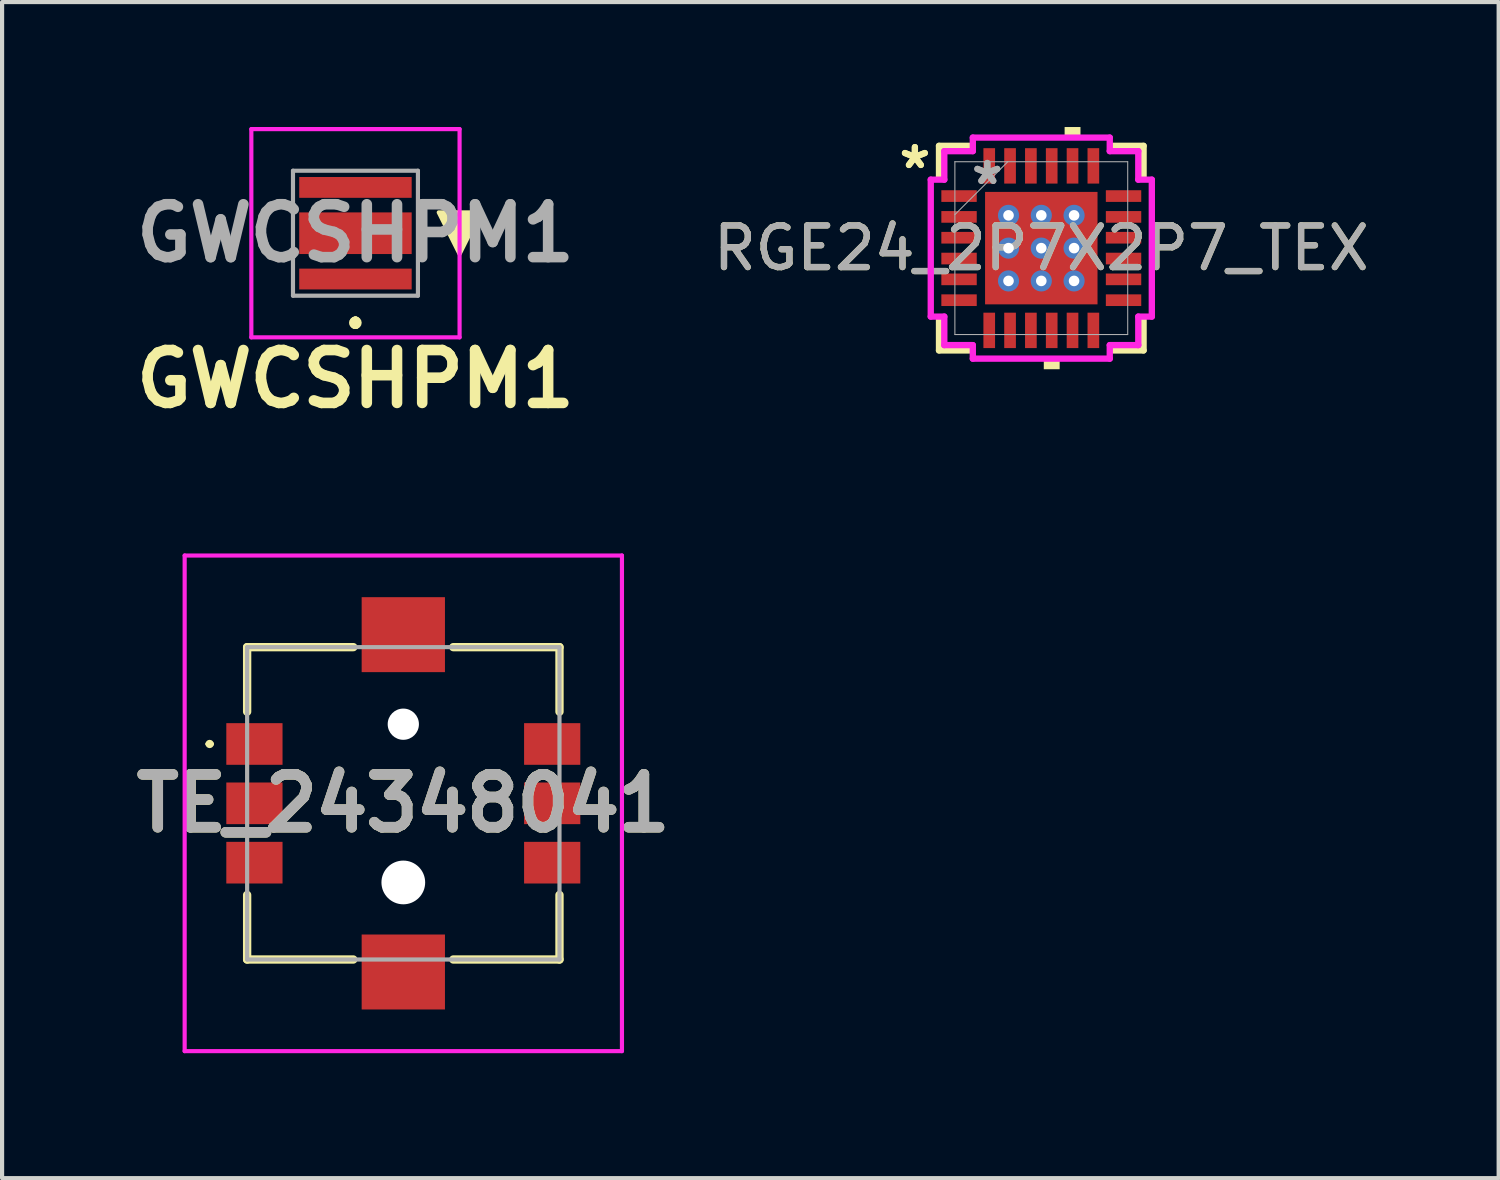
<source format=kicad_pcb>
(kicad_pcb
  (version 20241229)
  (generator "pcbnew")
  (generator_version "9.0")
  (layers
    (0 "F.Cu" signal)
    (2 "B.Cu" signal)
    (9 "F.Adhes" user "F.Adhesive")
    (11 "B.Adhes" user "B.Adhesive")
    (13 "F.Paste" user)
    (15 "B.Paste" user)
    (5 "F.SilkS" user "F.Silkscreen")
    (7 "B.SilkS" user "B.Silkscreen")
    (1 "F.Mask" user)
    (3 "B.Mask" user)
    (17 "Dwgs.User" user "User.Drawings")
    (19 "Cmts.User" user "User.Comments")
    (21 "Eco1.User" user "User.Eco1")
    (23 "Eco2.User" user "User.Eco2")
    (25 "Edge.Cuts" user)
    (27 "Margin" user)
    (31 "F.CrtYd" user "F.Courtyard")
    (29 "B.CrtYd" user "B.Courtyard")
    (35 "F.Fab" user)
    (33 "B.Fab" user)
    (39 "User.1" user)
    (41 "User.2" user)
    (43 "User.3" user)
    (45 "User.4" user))
  (footprint "GWCSHPM1"
    (layer "F.Cu")
    (at 5.485 2.55)
    (property "Reference" "GWCSHPM1" (at 0 3.5 0) (layer "F.SilkS") (effects (font (size 1.27 1.27) (thickness 0.254))))
    (attr smd)
    (fp_line (start 0 2.1) (end 0 2.1) (stroke (width 0.2) (type solid)) (layer "F.SilkS"))
    (fp_line (start 0 2.1) (end 0 2.1) (stroke (width 0.2) (type solid)) (layer "F.SilkS"))
    (fp_line (start 0 2.2) (end 0 2.2) (stroke (width 0.2) (type solid)) (layer "F.SilkS"))
    (fp_arc (start 0 2.1) (mid 0.05 2.15) (end 0 2.2) (stroke (width 0.2) (type solid)) (layer "F.SilkS"))
    (fp_arc (start 0 2.2) (mid -0.05 2.15) (end 0 2.1) (stroke (width 0.2) (type solid)) (layer "F.SilkS"))
    (fp_arc (start 0 2.2) (mid -0.05 2.15) (end 0 2.1) (stroke (width 0.2) (type solid)) (layer "F.SilkS"))
    (fp_poly (pts (xy 2.5 0.5) (xy 2 -0.5) (xy 3 -0.5)) (stroke (width 0.1) (type solid)) (fill yes) (layer "F.SilkS"))
    (fp_line (start -2.5 -2.5) (end 2.5 -2.5) (stroke (width 0.1) (type solid)) (layer "F.CrtYd"))
    (fp_line (start -2.5 2.5) (end -2.5 -2.5) (stroke (width 0.1) (type solid)) (layer "F.CrtYd"))
    (fp_line (start 2.5 -2.5) (end 2.5 2.5) (stroke (width 0.1) (type solid)) (layer "F.CrtYd"))
    (fp_line (start 2.5 2.5) (end -2.5 2.5) (stroke (width 0.1) (type solid)) (layer "F.CrtYd"))
    (fp_line (start -1.5 -1.5) (end -1.5 1.5) (stroke (width 0.1) (type solid)) (layer "F.Fab"))
    (fp_line (start -1.5 1.5) (end 1.5 1.5) (stroke (width 0.1) (type solid)) (layer "F.Fab"))
    (fp_line (start 1.5 -1.5) (end -1.5 -1.5) (stroke (width 0.1) (type solid)) (layer "F.Fab"))
    (fp_line (start 1.5 1.5) (end 1.5 -1.5) (stroke (width 0.1) (type solid)) (layer "F.Fab"))
    (fp_text user "${REFERENCE}" (at 0 0 0) (layer "F.Fab") (effects (font (size 1.27 1.27) (thickness 0.254))))
    (pad "1" smd rect (at 0 1.1 90) (size 0.5 2.7) (layers "F.Cu" "F.Mask" "F.Paste"))
    (pad "2" smd rect (at 0 -1.1 90) (size 0.5 2.7) (layers "F.Cu" "F.Mask" "F.Paste"))
    (pad "3" smd rect (at 0 0 90) (size 1 2.7) (layers "F.Cu" "F.Mask" "F.Paste")))
  (footprint "RGE24_2P7X2P7_TEX"
    (layer "F.Cu")
    (at 21.953 2.908)
    (property "Reference" "RGE24_2P7X2P7_TEX" (at 0 0 0) (unlocked yes) (layer "F.SilkS") (effects (font (size 1 1) (thickness 0.15))))
    (attr smd)
    (fp_poly (pts (xy -1.413 -1.413) (xy -0.987 -1.413) (xy -0.987 1.413) (xy -1.413 1.413)) (stroke (width 0) (type solid)) (fill yes) (layer "F.Mask"))
    (fp_poly (pts (xy -1.413 -1.413) (xy 1.413 -1.413) (xy 1.413 -0.987) (xy -1.413 -0.987)) (stroke (width 0) (type solid)) (fill yes) (layer "F.Mask"))
    (fp_poly (pts (xy -1.413 -0.587) (xy 1.413 -0.587) (xy 1.413 -0.2) (xy -1.413 -0.2)) (stroke (width 0) (type solid)) (fill yes) (layer "F.Mask"))
    (fp_poly (pts (xy -1.413 0.2) (xy 1.413 0.2) (xy 1.413 0.587) (xy -1.413 0.587)) (stroke (width 0) (type solid)) (fill yes) (layer "F.Mask"))
    (fp_poly (pts (xy -1.413 0.987) (xy 1.413 0.987) (xy 1.413 1.413) (xy -1.413 1.413)) (stroke (width 0) (type solid)) (fill yes) (layer "F.Mask"))
    (fp_poly (pts (xy -0.2 -1.413) (xy -0.587 -1.413) (xy -0.587 1.413) (xy -0.2 1.413)) (stroke (width 0) (type solid)) (fill yes) (layer "F.Mask"))
    (fp_poly (pts (xy 0.587 -1.413) (xy 0.2 -1.413) (xy 0.2 1.413) (xy 0.587 1.413)) (stroke (width 0) (type solid)) (fill yes) (layer "F.Mask"))
    (fp_poly (pts (xy 0.987 -1.413) (xy 1.413 -1.413) (xy 1.413 1.413) (xy 0.987 1.413)) (stroke (width 0) (type solid)) (fill yes) (layer "F.Mask"))
    (fp_line (start -2.456 -2.456) (end -2.456 -1.718) (stroke (width 0.152) (type solid)) (layer "F.SilkS"))
    (fp_line (start -2.456 1.718) (end -2.456 2.456) (stroke (width 0.152) (type solid)) (layer "F.SilkS"))
    (fp_line (start -2.456 2.456) (end -1.718 2.456) (stroke (width 0.152) (type solid)) (layer "F.SilkS"))
    (fp_line (start -1.718 -2.456) (end -2.456 -2.456) (stroke (width 0.152) (type solid)) (layer "F.SilkS"))
    (fp_line (start 1.718 2.456) (end 2.456 2.456) (stroke (width 0.152) (type solid)) (layer "F.SilkS"))
    (fp_line (start 2.456 -2.456) (end 1.718 -2.456) (stroke (width 0.152) (type solid)) (layer "F.SilkS"))
    (fp_line (start 2.456 -1.718) (end 2.456 -2.456) (stroke (width 0.152) (type solid)) (layer "F.SilkS"))
    (fp_line (start 2.456 2.456) (end 2.456 1.718) (stroke (width 0.152) (type solid)) (layer "F.SilkS"))
    (fp_poly (pts (xy 0.06 2.654) (xy 0.06 2.908) (xy 0.441 2.908) (xy 0.441 2.654)) (stroke (width 0) (type solid)) (fill yes) (layer "F.SilkS"))
    (fp_poly (pts (xy 0.56 -2.654) (xy 0.56 -2.908) (xy 0.941 -2.908) (xy 0.941 -2.654)) (stroke (width 0) (type solid)) (fill yes) (layer "F.SilkS"))
    (fp_poly (pts (xy -1.275 -1.275) (xy -1.275 -0.887) (xy -1.029 -0.887) (xy -0.887 -1.029) (xy -0.887 -1.275)) (stroke (width 0) (type solid)) (fill yes) (layer "F.Paste"))
    (fp_poly (pts (xy -1.275 0.887) (xy -1.275 1.275) (xy -0.887 1.275) (xy -0.887 1.029) (xy -1.029 0.887)) (stroke (width 0) (type solid)) (fill yes) (layer "F.Paste"))
    (fp_poly (pts (xy 0.887 -1.275) (xy 0.887 -1.029) (xy 1.029 -0.887) (xy 1.275 -0.887) (xy 1.275 -1.275)) (stroke (width 0) (type solid)) (fill yes) (layer "F.Paste"))
    (fp_poly (pts (xy 1.029 0.887) (xy 0.887 1.029) (xy 0.887 1.275) (xy 1.275 1.275) (xy 1.275 0.887)) (stroke (width 0) (type solid)) (fill yes) (layer "F.Paste"))
    (fp_poly (pts (xy -1.275 -0.687) (xy -1.275 -0.1) (xy -1.029 -0.1) (xy -0.887 -0.241) (xy -0.887 -0.546) (xy -1.029 -0.687)) (stroke (width 0) (type solid)) (fill yes) (layer "F.Paste"))
    (fp_poly (pts (xy -1.275 0.1) (xy -1.275 0.687) (xy -1.029 0.687) (xy -0.887 0.546) (xy -0.887 0.241) (xy -1.029 0.1)) (stroke (width 0) (type solid)) (fill yes) (layer "F.Paste"))
    (fp_poly (pts (xy -0.687 -1.275) (xy -0.687 -1.029) (xy -0.546 -0.887) (xy -0.241 -0.887) (xy -0.1 -1.029) (xy -0.1 -1.275)) (stroke (width 0) (type solid)) (fill yes) (layer "F.Paste"))
    (fp_poly (pts (xy -0.546 0.887) (xy -0.687 1.029) (xy -0.687 1.275) (xy -0.1 1.275) (xy -0.1 1.029) (xy -0.241 0.887)) (stroke (width 0) (type solid)) (fill yes) (layer "F.Paste"))
    (fp_poly (pts (xy 0.1 -1.275) (xy 0.1 -1.029) (xy 0.241 -0.887) (xy 0.546 -0.887) (xy 0.687 -1.029) (xy 0.687 -1.275)) (stroke (width 0) (type solid)) (fill yes) (layer "F.Paste"))
    (fp_poly (pts (xy 0.241 0.887) (xy 0.1 1.029) (xy 0.1 1.275) (xy 0.687 1.275) (xy 0.687 1.029) (xy 0.546 0.887)) (stroke (width 0) (type solid)) (fill yes) (layer "F.Paste"))
    (fp_poly (pts (xy 1.029 -0.687) (xy 0.887 -0.546) (xy 0.887 -0.241) (xy 1.029 -0.1) (xy 1.275 -0.1) (xy 1.275 -0.687)) (stroke (width 0) (type solid)) (fill yes) (layer "F.Paste"))
    (fp_poly (pts (xy 1.029 0.1) (xy 0.887 0.241) (xy 0.887 0.546) (xy 1.029 0.687) (xy 1.275 0.687) (xy 1.275 0.1)) (stroke (width 0) (type solid)) (fill yes) (layer "F.Paste"))
    (fp_poly (pts (xy -0.546 -0.687) (xy -0.687 -0.546) (xy -0.687 -0.241) (xy -0.546 -0.1) (xy -0.241 -0.1) (xy -0.1 -0.241) (xy -0.1 -0.546) (xy -0.241 -0.687)) (stroke (width 0) (type solid)) (fill yes) (layer "F.Paste"))
    (fp_poly (pts (xy -0.546 0.1) (xy -0.687 0.241) (xy -0.687 0.546) (xy -0.546 0.687) (xy -0.241 0.687) (xy -0.1 0.546) (xy -0.1 0.241) (xy -0.241 0.1)) (stroke (width 0) (type solid)) (fill yes) (layer "F.Paste"))
    (fp_poly (pts (xy 0.241 -0.687) (xy 0.1 -0.546) (xy 0.1 -0.241) (xy 0.241 -0.1) (xy 0.546 -0.1) (xy 0.687 -0.241) (xy 0.687 -0.546) (xy 0.546 -0.687)) (stroke (width 0) (type solid)) (fill yes) (layer "F.Paste"))
    (fp_poly (pts (xy 0.241 0.1) (xy 0.1 0.241) (xy 0.1 0.546) (xy 0.241 0.687) (xy 0.546 0.687) (xy 0.687 0.546) (xy 0.687 0.241) (xy 0.546 0.1)) (stroke (width 0) (type solid)) (fill yes) (layer "F.Paste"))
    (fp_line (start -2.654 -1.644) (end -2.329 -1.644) (stroke (width 0.152) (type solid)) (layer "F.CrtYd"))
    (fp_line (start -2.654 1.644) (end -2.654 -1.644) (stroke (width 0.152) (type solid)) (layer "F.CrtYd"))
    (fp_line (start -2.329 -2.329) (end -1.644 -2.329) (stroke (width 0.152) (type solid)) (layer "F.CrtYd"))
    (fp_line (start -2.329 -1.644) (end -2.329 -2.329) (stroke (width 0.152) (type solid)) (layer "F.CrtYd"))
    (fp_line (start -2.329 1.644) (end -2.654 1.644) (stroke (width 0.152) (type solid)) (layer "F.CrtYd"))
    (fp_line (start -2.329 2.329) (end -2.329 1.644) (stroke (width 0.152) (type solid)) (layer "F.CrtYd"))
    (fp_line (start -1.644 -2.654) (end 1.644 -2.654) (stroke (width 0.152) (type solid)) (layer "F.CrtYd"))
    (fp_line (start -1.644 -2.329) (end -1.644 -2.654) (stroke (width 0.152) (type solid)) (layer "F.CrtYd"))
    (fp_line (start -1.644 2.329) (end -2.329 2.329) (stroke (width 0.152) (type solid)) (layer "F.CrtYd"))
    (fp_line (start -1.644 2.654) (end -1.644 2.329) (stroke (width 0.152) (type solid)) (layer "F.CrtYd"))
    (fp_line (start 1.644 -2.654) (end 1.644 -2.329) (stroke (width 0.152) (type solid)) (layer "F.CrtYd"))
    (fp_line (start 1.644 -2.329) (end 2.329 -2.329) (stroke (width 0.152) (type solid)) (layer "F.CrtYd"))
    (fp_line (start 1.644 2.329) (end 1.644 2.654) (stroke (width 0.152) (type solid)) (layer "F.CrtYd"))
    (fp_line (start 1.644 2.654) (end -1.644 2.654) (stroke (width 0.152) (type solid)) (layer "F.CrtYd"))
    (fp_line (start 2.329 -2.329) (end 2.329 -1.644) (stroke (width 0.152) (type solid)) (layer "F.CrtYd"))
    (fp_line (start 2.329 -1.644) (end 2.654 -1.644) (stroke (width 0.152) (type solid)) (layer "F.CrtYd"))
    (fp_line (start 2.329 1.644) (end 2.329 2.329) (stroke (width 0.152) (type solid)) (layer "F.CrtYd"))
    (fp_line (start 2.329 2.329) (end 1.644 2.329) (stroke (width 0.152) (type solid)) (layer "F.CrtYd"))
    (fp_line (start 2.654 -1.644) (end 2.654 1.644) (stroke (width 0.152) (type solid)) (layer "F.CrtYd"))
    (fp_line (start 2.654 1.644) (end 2.329 1.644) (stroke (width 0.152) (type solid)) (layer "F.CrtYd"))
    (fp_line (start -2.075 -2.075) (end -2.075 2.075) (stroke (width 0.025) (type solid)) (layer "F.Fab"))
    (fp_line (start -2.075 -0.805) (end -0.805 -2.075) (stroke (width 0.025) (type solid)) (layer "F.Fab"))
    (fp_line (start -2.075 2.075) (end 2.075 2.075) (stroke (width 0.025) (type solid)) (layer "F.Fab"))
    (fp_line (start 2.075 -2.075) (end -2.075 -2.075) (stroke (width 0.025) (type solid)) (layer "F.Fab"))
    (fp_line (start 2.075 2.075) (end 2.075 -2.075) (stroke (width 0.025) (type solid)) (layer "F.Fab"))
    (fp_text user "*" (at -3.035 -1.881 0) (unlocked yes) (layer "F.SilkS") (effects (font (size 1 1) (thickness 0.15))))
    (fp_text user "*" (at -3.035 -1.881 0) (layer "F.SilkS") (effects (font (size 1 1) (thickness 0.15))))
    (fp_text user "*" (at -1.296 -1.5 0) (unlocked yes) (layer "F.Fab") (effects (font (size 1 1) (thickness 0.15))))
    (fp_text user "${REFERENCE}" (at 0 0 0) (unlocked yes) (layer "F.Fab") (effects (font (size 1 1) (thickness 0.15))))
    (fp_text user "*" (at -1.296 -1.5 0) (layer "F.Fab") (effects (font (size 1 1) (thickness 0.15))))
    (pad "1" smd rect (at -1.975 -1.25 90) (size 0.28 0.85) (layers "F.Cu" "F.Mask"))
    (pad "2" smd rect (at -1.975 -0.75 90) (size 0.28 0.85) (layers "F.Cu" "F.Mask"))
    (pad "3" smd rect (at -1.975 -0.25 90) (size 0.28 0.85) (layers "F.Cu" "F.Mask"))
    (pad "4" smd rect (at -1.975 0.25 90) (size 0.28 0.85) (layers "F.Cu" "F.Mask"))
    (pad "5" smd rect (at -1.975 0.75 90) (size 0.28 0.85) (layers "F.Cu" "F.Mask"))
    (pad "6" smd rect (at -1.975 1.25 90) (size 0.28 0.85) (layers "F.Cu" "F.Mask"))
    (pad "7" smd rect (at -1.25 1.975) (size 0.28 0.85) (layers "F.Cu" "F.Mask"))
    (pad "8" smd rect (at -0.75 1.975) (size 0.28 0.85) (layers "F.Cu" "F.Mask"))
    (pad "9" smd rect (at -0.25 1.975) (size 0.28 0.85) (layers "F.Cu" "F.Mask"))
    (pad "10" smd rect (at 0.25 1.975) (size 0.28 0.85) (layers "F.Cu" "F.Mask"))
    (pad "11" smd rect (at 0.75 1.975) (size 0.28 0.85) (layers "F.Cu" "F.Mask"))
    (pad "12" smd rect (at 1.25 1.975) (size 0.28 0.85) (layers "F.Cu" "F.Mask"))
    (pad "13" smd rect (at 1.975 1.25 90) (size 0.28 0.85) (layers "F.Cu" "F.Mask"))
    (pad "14" smd rect (at 1.975 0.75 90) (size 0.28 0.85) (layers "F.Cu" "F.Mask"))
    (pad "15" smd rect (at 1.975 0.25 90) (size 0.28 0.85) (layers "F.Cu" "F.Mask"))
    (pad "16" smd rect (at 1.975 -0.25 90) (size 0.28 0.85) (layers "F.Cu" "F.Mask"))
    (pad "17" smd rect (at 1.975 -0.75 90) (size 0.28 0.85) (layers "F.Cu" "F.Mask"))
    (pad "18" smd rect (at 1.975 -1.25 90) (size 0.28 0.85) (layers "F.Cu" "F.Mask"))
    (pad "19" smd rect (at 1.25 -1.975) (size 0.28 0.85) (layers "F.Cu" "F.Mask"))
    (pad "20" smd rect (at 0.75 -1.975) (size 0.28 0.85) (layers "F.Cu" "F.Mask"))
    (pad "21" smd rect (at 0.25 -1.975) (size 0.28 0.85) (layers "F.Cu" "F.Mask"))
    (pad "22" smd rect (at -0.25 -1.975) (size 0.28 0.85) (layers "F.Cu" "F.Mask"))
    (pad "23" smd rect (at -0.75 -1.975) (size 0.28 0.85) (layers "F.Cu" "F.Mask"))
    (pad "24" smd rect (at -1.25 -1.975) (size 0.28 0.85) (layers "F.Cu" "F.Mask"))
    (pad "25" smd rect (at 0 0) (size 2.7 2.7) (layers "F.Cu"))
    (pad "V" thru_hole circle (at -0.787 -0.787) (size 0.508 0.508) (drill 0.254) (layers "*.Cu" "*.Mask"))
    (pad "V" thru_hole circle (at -0.787 0) (size 0.508 0.508) (drill 0.254) (layers "*.Cu" "*.Mask"))
    (pad "V" thru_hole circle (at -0.787 0.787) (size 0.508 0.508) (drill 0.254) (layers "*.Cu" "*.Mask"))
    (pad "V" thru_hole circle (at 0 -0.787) (size 0.508 0.508) (drill 0.254) (layers "*.Cu" "*.Mask"))
    (pad "V" thru_hole circle (at 0 0) (size 0.508 0.508) (drill 0.254) (layers "*.Cu" "*.Mask"))
    (pad "V" thru_hole circle (at 0 0.787) (size 0.508 0.508) (drill 0.254) (layers "*.Cu" "*.Mask"))
    (pad "V" thru_hole circle (at 0.787 -0.787) (size 0.508 0.508) (drill 0.254) (layers "*.Cu" "*.Mask"))
    (pad "V" thru_hole circle (at 0.787 0) (size 0.508 0.508) (drill 0.254) (layers "*.Cu" "*.Mask"))
    (pad "V" thru_hole circle (at 0.787 0.787) (size 0.508 0.508) (drill 0.254) (layers "*.Cu" "*.Mask")))
  (footprint "TE_24348041"
    (layer "F.Cu")
    (at 6.634 16.239)
    (property "Reference" "TE_24348041" (at 0 0 0) (layer "F.SilkS") (effects (font (size 1.27 1.27) (thickness 0.254))))
    (attr smd)
    (fp_line (start -4.7 -1.425) (end -4.7 -1.425) (stroke (width 0.1) (type solid)) (layer "F.SilkS"))
    (fp_line (start -4.6 -1.425) (end -4.6 -1.425) (stroke (width 0.1) (type solid)) (layer "F.SilkS"))
    (fp_line (start -3.75 -3.75) (end -3.75 -2.2) (stroke (width 0.2) (type solid)) (layer "F.SilkS"))
    (fp_line (start -3.75 2.2) (end -3.75 3.75) (stroke (width 0.2) (type solid)) (layer "F.SilkS"))
    (fp_line (start -3.75 3.75) (end -1.2 3.75) (stroke (width 0.2) (type solid)) (layer "F.SilkS"))
    (fp_line (start -1.2 -3.75) (end -3.75 -3.75) (stroke (width 0.2) (type solid)) (layer "F.SilkS"))
    (fp_line (start 1.2 -3.75) (end 3.75 -3.75) (stroke (width 0.2) (type solid)) (layer "F.SilkS"))
    (fp_line (start 1.2 3.75) (end 3.75 3.75) (stroke (width 0.2) (type solid)) (layer "F.SilkS"))
    (fp_line (start 3.75 -3.75) (end 3.75 -2.2) (stroke (width 0.2) (type solid)) (layer "F.SilkS"))
    (fp_line (start 3.75 3.75) (end 3.75 2.2) (stroke (width 0.2) (type solid)) (layer "F.SilkS"))
    (fp_arc (start -4.7 -1.425) (mid -4.65 -1.475) (end -4.6 -1.425) (stroke (width 0.1) (type solid)) (layer "F.SilkS"))
    (fp_arc (start -4.6 -1.425) (mid -4.65 -1.375) (end -4.7 -1.425) (stroke (width 0.1) (type solid)) (layer "F.SilkS"))
    (fp_line (start -5.25 -5.95) (end 5.25 -5.95) (stroke (width 0.1) (type solid)) (layer "F.CrtYd"))
    (fp_line (start -5.25 5.95) (end -5.25 -5.95) (stroke (width 0.1) (type solid)) (layer "F.CrtYd"))
    (fp_line (start 5.25 -5.95) (end 5.25 5.95) (stroke (width 0.1) (type solid)) (layer "F.CrtYd"))
    (fp_line (start 5.25 5.95) (end -5.25 5.95) (stroke (width 0.1) (type solid)) (layer "F.CrtYd"))
    (fp_line (start -3.75 -3.75) (end -3.75 3.75) (stroke (width 0.1) (type solid)) (layer "F.Fab"))
    (fp_line (start -3.75 3.75) (end 3.75 3.75) (stroke (width 0.1) (type solid)) (layer "F.Fab"))
    (fp_line (start 3.75 -3.75) (end -3.75 -3.75) (stroke (width 0.1) (type solid)) (layer "F.Fab"))
    (fp_line (start 3.75 3.75) (end 3.75 -3.75) (stroke (width 0.1) (type solid)) (layer "F.Fab"))
    (fp_text user "${REFERENCE}" (at 0 0 0) (layer "F.Fab") (effects (font (size 1.27 1.27) (thickness 0.254))))
    (pad "" np_thru_hole circle (at 0 -1.9) (size 0.75 0.75) (drill 0.75) (layers "*.Cu" "*.Mask"))
    (pad "" np_thru_hole circle (at 0 1.9) (size 1.05 1.05) (drill 1.05) (layers "*.Cu" "*.Mask"))
    (pad "1" smd rect (at -3.575 -1.425 90) (size 1 1.35) (layers "F.Cu" "F.Mask" "F.Paste"))
    (pad "2" smd rect (at -3.575 0 90) (size 1 1.35) (layers "F.Cu" "F.Mask" "F.Paste"))
    (pad "3" smd rect (at -3.575 1.425 90) (size 1 1.35) (layers "F.Cu" "F.Mask" "F.Paste"))
    (pad "4" smd rect (at 3.575 -1.425 90) (size 1 1.35) (layers "F.Cu" "F.Mask" "F.Paste"))
    (pad "5" smd rect (at 3.575 0 90) (size 1 1.35) (layers "F.Cu" "F.Mask" "F.Paste"))
    (pad "6" smd rect (at 3.575 1.425 90) (size 1 1.35) (layers "F.Cu" "F.Mask" "F.Paste"))
    (pad "MP1" smd rect (at 0 -4.05 90) (size 1.8 2) (layers "F.Cu" "F.Mask" "F.Paste"))
    (pad "MP2" smd rect (at 0 4.05 90) (size 1.8 2) (layers "F.Cu" "F.Mask" "F.Paste")))
  (gr_rect
    (start -3 -3)
    (end 32.935 25.239)
    (stroke (width 0.1) (type default))
    (fill no)
    (layer "Edge.Cuts")))
</source>
